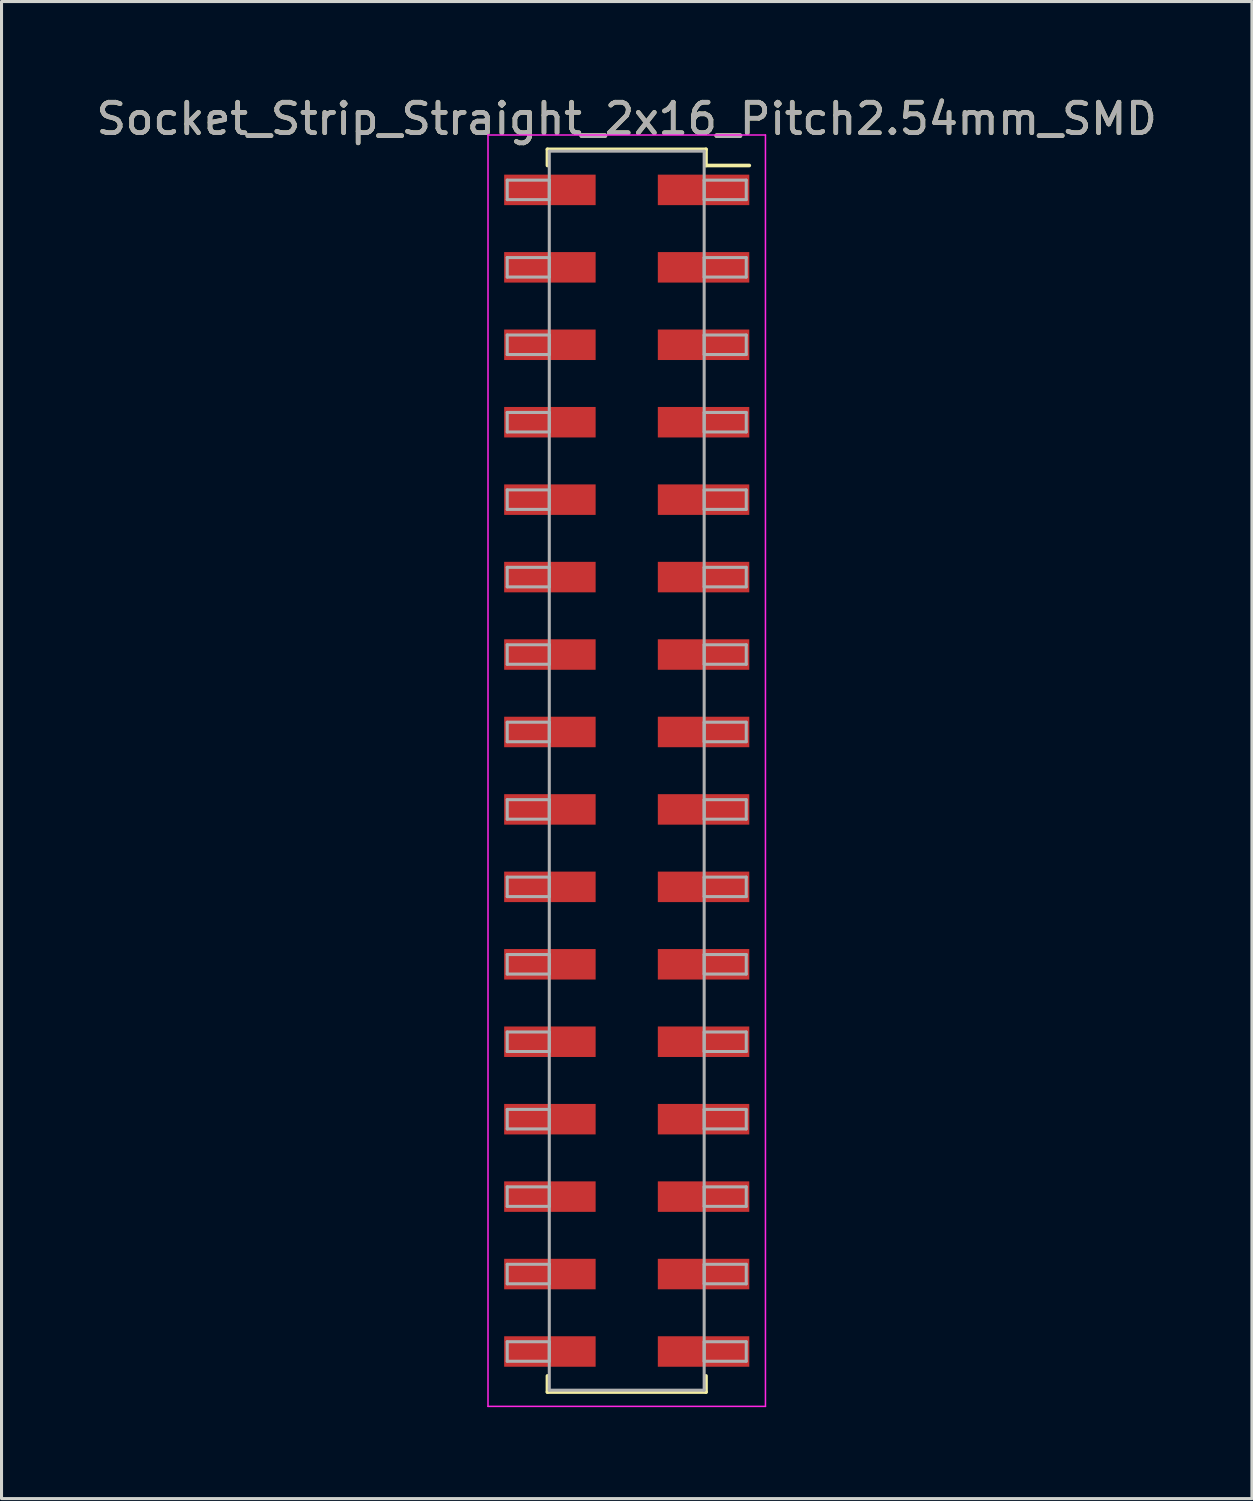
<source format=kicad_pcb>
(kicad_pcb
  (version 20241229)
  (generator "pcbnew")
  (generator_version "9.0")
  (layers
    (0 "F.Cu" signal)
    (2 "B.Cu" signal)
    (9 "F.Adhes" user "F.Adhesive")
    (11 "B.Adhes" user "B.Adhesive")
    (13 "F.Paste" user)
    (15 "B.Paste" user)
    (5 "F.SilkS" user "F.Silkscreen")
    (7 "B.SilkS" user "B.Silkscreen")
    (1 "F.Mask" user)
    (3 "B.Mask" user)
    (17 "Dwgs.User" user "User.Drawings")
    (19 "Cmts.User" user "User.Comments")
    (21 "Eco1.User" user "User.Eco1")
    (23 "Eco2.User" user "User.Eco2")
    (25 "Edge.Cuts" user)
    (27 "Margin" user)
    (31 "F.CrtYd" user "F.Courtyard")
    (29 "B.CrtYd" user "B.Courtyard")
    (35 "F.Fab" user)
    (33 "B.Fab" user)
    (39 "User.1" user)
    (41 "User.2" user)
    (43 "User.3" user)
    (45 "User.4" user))
  (footprint "Socket_Strip_Straight_2x16_Pitch2.54mm_SMD"
    (layer "F.Cu")
    (at 17.506 22.228)
    (property "Reference" "Socket_Strip_Straight_2x16_Pitch2.54mm_SMD" (at 0 -21.38 0) (layer "F.SilkS") (effects (font (size 1 1) (thickness 0.15))))
    (attr smd)
    (fp_line (start -2.6 -20.38) (end 2.6 -20.38) (stroke (width 0.12) (type solid)) (layer "F.SilkS"))
    (fp_line (start -2.6 -19.85) (end -2.6 -20.38) (stroke (width 0.12) (type solid)) (layer "F.SilkS"))
    (fp_line (start -2.6 19.85) (end -2.6 20.38) (stroke (width 0.12) (type solid)) (layer "F.SilkS"))
    (fp_line (start -2.6 20.38) (end 2.6 20.38) (stroke (width 0.12) (type solid)) (layer "F.SilkS"))
    (fp_line (start 2.6 -20.38) (end 2.6 -19.85) (stroke (width 0.12) (type solid)) (layer "F.SilkS"))
    (fp_line (start 2.6 20.38) (end 2.6 19.85) (stroke (width 0.12) (type solid)) (layer "F.SilkS"))
    (fp_line (start 4.02 -19.85) (end 2.6 -19.85) (stroke (width 0.12) (type solid)) (layer "F.SilkS"))
    (fp_line (start -4.55 -20.85) (end -4.55 20.85) (stroke (width 0.05) (type solid)) (layer "F.CrtYd"))
    (fp_line (start -4.55 20.85) (end 4.55 20.85) (stroke (width 0.05) (type solid)) (layer "F.CrtYd"))
    (fp_line (start 4.55 -20.85) (end -4.55 -20.85) (stroke (width 0.05) (type solid)) (layer "F.CrtYd"))
    (fp_line (start 4.55 20.85) (end 4.55 -20.85) (stroke (width 0.05) (type solid)) (layer "F.CrtYd"))
    (fp_line (start -3.92 -19.37) (end -2.54 -19.37) (stroke (width 0.1) (type solid)) (layer "F.Fab"))
    (fp_line (start -3.92 -18.73) (end -3.92 -19.37) (stroke (width 0.1) (type solid)) (layer "F.Fab"))
    (fp_line (start -3.92 -16.83) (end -2.54 -16.83) (stroke (width 0.1) (type solid)) (layer "F.Fab"))
    (fp_line (start -3.92 -16.19) (end -3.92 -16.83) (stroke (width 0.1) (type solid)) (layer "F.Fab"))
    (fp_line (start -3.92 -14.29) (end -2.54 -14.29) (stroke (width 0.1) (type solid)) (layer "F.Fab"))
    (fp_line (start -3.92 -13.65) (end -3.92 -14.29) (stroke (width 0.1) (type solid)) (layer "F.Fab"))
    (fp_line (start -3.92 -11.75) (end -2.54 -11.75) (stroke (width 0.1) (type solid)) (layer "F.Fab"))
    (fp_line (start -3.92 -11.11) (end -3.92 -11.75) (stroke (width 0.1) (type solid)) (layer "F.Fab"))
    (fp_line (start -3.92 -9.21) (end -2.54 -9.21) (stroke (width 0.1) (type solid)) (layer "F.Fab"))
    (fp_line (start -3.92 -8.57) (end -3.92 -9.21) (stroke (width 0.1) (type solid)) (layer "F.Fab"))
    (fp_line (start -3.92 -6.67) (end -2.54 -6.67) (stroke (width 0.1) (type solid)) (layer "F.Fab"))
    (fp_line (start -3.92 -6.03) (end -3.92 -6.67) (stroke (width 0.1) (type solid)) (layer "F.Fab"))
    (fp_line (start -3.92 -4.13) (end -2.54 -4.13) (stroke (width 0.1) (type solid)) (layer "F.Fab"))
    (fp_line (start -3.92 -3.49) (end -3.92 -4.13) (stroke (width 0.1) (type solid)) (layer "F.Fab"))
    (fp_line (start -3.92 -1.59) (end -2.54 -1.59) (stroke (width 0.1) (type solid)) (layer "F.Fab"))
    (fp_line (start -3.92 -0.95) (end -3.92 -1.59) (stroke (width 0.1) (type solid)) (layer "F.Fab"))
    (fp_line (start -3.92 0.95) (end -2.54 0.95) (stroke (width 0.1) (type solid)) (layer "F.Fab"))
    (fp_line (start -3.92 1.59) (end -3.92 0.95) (stroke (width 0.1) (type solid)) (layer "F.Fab"))
    (fp_line (start -3.92 3.49) (end -2.54 3.49) (stroke (width 0.1) (type solid)) (layer "F.Fab"))
    (fp_line (start -3.92 4.13) (end -3.92 3.49) (stroke (width 0.1) (type solid)) (layer "F.Fab"))
    (fp_line (start -3.92 6.03) (end -2.54 6.03) (stroke (width 0.1) (type solid)) (layer "F.Fab"))
    (fp_line (start -3.92 6.67) (end -3.92 6.03) (stroke (width 0.1) (type solid)) (layer "F.Fab"))
    (fp_line (start -3.92 8.57) (end -2.54 8.57) (stroke (width 0.1) (type solid)) (layer "F.Fab"))
    (fp_line (start -3.92 9.21) (end -3.92 8.57) (stroke (width 0.1) (type solid)) (layer "F.Fab"))
    (fp_line (start -3.92 11.11) (end -2.54 11.11) (stroke (width 0.1) (type solid)) (layer "F.Fab"))
    (fp_line (start -3.92 11.75) (end -3.92 11.11) (stroke (width 0.1) (type solid)) (layer "F.Fab"))
    (fp_line (start -3.92 13.65) (end -2.54 13.65) (stroke (width 0.1) (type solid)) (layer "F.Fab"))
    (fp_line (start -3.92 14.29) (end -3.92 13.65) (stroke (width 0.1) (type solid)) (layer "F.Fab"))
    (fp_line (start -3.92 16.19) (end -2.54 16.19) (stroke (width 0.1) (type solid)) (layer "F.Fab"))
    (fp_line (start -3.92 16.83) (end -3.92 16.19) (stroke (width 0.1) (type solid)) (layer "F.Fab"))
    (fp_line (start -3.92 18.73) (end -2.54 18.73) (stroke (width 0.1) (type solid)) (layer "F.Fab"))
    (fp_line (start -3.92 19.37) (end -3.92 18.73) (stroke (width 0.1) (type solid)) (layer "F.Fab"))
    (fp_line (start -2.54 -20.32) (end -2.54 20.32) (stroke (width 0.1) (type solid)) (layer "F.Fab"))
    (fp_line (start -2.54 -19.37) (end -2.54 -18.73) (stroke (width 0.1) (type solid)) (layer "F.Fab"))
    (fp_line (start -2.54 -18.73) (end -3.92 -18.73) (stroke (width 0.1) (type solid)) (layer "F.Fab"))
    (fp_line (start -2.54 -16.83) (end -2.54 -16.19) (stroke (width 0.1) (type solid)) (layer "F.Fab"))
    (fp_line (start -2.54 -16.19) (end -3.92 -16.19) (stroke (width 0.1) (type solid)) (layer "F.Fab"))
    (fp_line (start -2.54 -14.29) (end -2.54 -13.65) (stroke (width 0.1) (type solid)) (layer "F.Fab"))
    (fp_line (start -2.54 -13.65) (end -3.92 -13.65) (stroke (width 0.1) (type solid)) (layer "F.Fab"))
    (fp_line (start -2.54 -11.75) (end -2.54 -11.11) (stroke (width 0.1) (type solid)) (layer "F.Fab"))
    (fp_line (start -2.54 -11.11) (end -3.92 -11.11) (stroke (width 0.1) (type solid)) (layer "F.Fab"))
    (fp_line (start -2.54 -9.21) (end -2.54 -8.57) (stroke (width 0.1) (type solid)) (layer "F.Fab"))
    (fp_line (start -2.54 -8.57) (end -3.92 -8.57) (stroke (width 0.1) (type solid)) (layer "F.Fab"))
    (fp_line (start -2.54 -6.67) (end -2.54 -6.03) (stroke (width 0.1) (type solid)) (layer "F.Fab"))
    (fp_line (start -2.54 -6.03) (end -3.92 -6.03) (stroke (width 0.1) (type solid)) (layer "F.Fab"))
    (fp_line (start -2.54 -4.13) (end -2.54 -3.49) (stroke (width 0.1) (type solid)) (layer "F.Fab"))
    (fp_line (start -2.54 -3.49) (end -3.92 -3.49) (stroke (width 0.1) (type solid)) (layer "F.Fab"))
    (fp_line (start -2.54 -1.59) (end -2.54 -0.95) (stroke (width 0.1) (type solid)) (layer "F.Fab"))
    (fp_line (start -2.54 -0.95) (end -3.92 -0.95) (stroke (width 0.1) (type solid)) (layer "F.Fab"))
    (fp_line (start -2.54 0.95) (end -2.54 1.59) (stroke (width 0.1) (type solid)) (layer "F.Fab"))
    (fp_line (start -2.54 1.59) (end -3.92 1.59) (stroke (width 0.1) (type solid)) (layer "F.Fab"))
    (fp_line (start -2.54 3.49) (end -2.54 4.13) (stroke (width 0.1) (type solid)) (layer "F.Fab"))
    (fp_line (start -2.54 4.13) (end -3.92 4.13) (stroke (width 0.1) (type solid)) (layer "F.Fab"))
    (fp_line (start -2.54 6.03) (end -2.54 6.67) (stroke (width 0.1) (type solid)) (layer "F.Fab"))
    (fp_line (start -2.54 6.67) (end -3.92 6.67) (stroke (width 0.1) (type solid)) (layer "F.Fab"))
    (fp_line (start -2.54 8.57) (end -2.54 9.21) (stroke (width 0.1) (type solid)) (layer "F.Fab"))
    (fp_line (start -2.54 9.21) (end -3.92 9.21) (stroke (width 0.1) (type solid)) (layer "F.Fab"))
    (fp_line (start -2.54 11.11) (end -2.54 11.75) (stroke (width 0.1) (type solid)) (layer "F.Fab"))
    (fp_line (start -2.54 11.75) (end -3.92 11.75) (stroke (width 0.1) (type solid)) (layer "F.Fab"))
    (fp_line (start -2.54 13.65) (end -2.54 14.29) (stroke (width 0.1) (type solid)) (layer "F.Fab"))
    (fp_line (start -2.54 14.29) (end -3.92 14.29) (stroke (width 0.1) (type solid)) (layer "F.Fab"))
    (fp_line (start -2.54 16.19) (end -2.54 16.83) (stroke (width 0.1) (type solid)) (layer "F.Fab"))
    (fp_line (start -2.54 16.83) (end -3.92 16.83) (stroke (width 0.1) (type solid)) (layer "F.Fab"))
    (fp_line (start -2.54 18.73) (end -2.54 19.37) (stroke (width 0.1) (type solid)) (layer "F.Fab"))
    (fp_line (start -2.54 19.37) (end -3.92 19.37) (stroke (width 0.1) (type solid)) (layer "F.Fab"))
    (fp_line (start -2.54 20.32) (end 2.54 20.32) (stroke (width 0.1) (type solid)) (layer "F.Fab"))
    (fp_line (start 2.54 -20.32) (end -2.54 -20.32) (stroke (width 0.1) (type solid)) (layer "F.Fab"))
    (fp_line (start 2.54 -19.37) (end 2.54 -18.73) (stroke (width 0.1) (type solid)) (layer "F.Fab"))
    (fp_line (start 2.54 -18.73) (end 3.92 -18.73) (stroke (width 0.1) (type solid)) (layer "F.Fab"))
    (fp_line (start 2.54 -16.83) (end 2.54 -16.19) (stroke (width 0.1) (type solid)) (layer "F.Fab"))
    (fp_line (start 2.54 -16.19) (end 3.92 -16.19) (stroke (width 0.1) (type solid)) (layer "F.Fab"))
    (fp_line (start 2.54 -14.29) (end 2.54 -13.65) (stroke (width 0.1) (type solid)) (layer "F.Fab"))
    (fp_line (start 2.54 -13.65) (end 3.92 -13.65) (stroke (width 0.1) (type solid)) (layer "F.Fab"))
    (fp_line (start 2.54 -11.75) (end 2.54 -11.11) (stroke (width 0.1) (type solid)) (layer "F.Fab"))
    (fp_line (start 2.54 -11.11) (end 3.92 -11.11) (stroke (width 0.1) (type solid)) (layer "F.Fab"))
    (fp_line (start 2.54 -9.21) (end 2.54 -8.57) (stroke (width 0.1) (type solid)) (layer "F.Fab"))
    (fp_line (start 2.54 -8.57) (end 3.92 -8.57) (stroke (width 0.1) (type solid)) (layer "F.Fab"))
    (fp_line (start 2.54 -6.67) (end 2.54 -6.03) (stroke (width 0.1) (type solid)) (layer "F.Fab"))
    (fp_line (start 2.54 -6.03) (end 3.92 -6.03) (stroke (width 0.1) (type solid)) (layer "F.Fab"))
    (fp_line (start 2.54 -4.13) (end 2.54 -3.49) (stroke (width 0.1) (type solid)) (layer "F.Fab"))
    (fp_line (start 2.54 -3.49) (end 3.92 -3.49) (stroke (width 0.1) (type solid)) (layer "F.Fab"))
    (fp_line (start 2.54 -1.59) (end 2.54 -0.95) (stroke (width 0.1) (type solid)) (layer "F.Fab"))
    (fp_line (start 2.54 -0.95) (end 3.92 -0.95) (stroke (width 0.1) (type solid)) (layer "F.Fab"))
    (fp_line (start 2.54 0.95) (end 2.54 1.59) (stroke (width 0.1) (type solid)) (layer "F.Fab"))
    (fp_line (start 2.54 1.59) (end 3.92 1.59) (stroke (width 0.1) (type solid)) (layer "F.Fab"))
    (fp_line (start 2.54 3.49) (end 2.54 4.13) (stroke (width 0.1) (type solid)) (layer "F.Fab"))
    (fp_line (start 2.54 4.13) (end 3.92 4.13) (stroke (width 0.1) (type solid)) (layer "F.Fab"))
    (fp_line (start 2.54 6.03) (end 2.54 6.67) (stroke (width 0.1) (type solid)) (layer "F.Fab"))
    (fp_line (start 2.54 6.67) (end 3.92 6.67) (stroke (width 0.1) (type solid)) (layer "F.Fab"))
    (fp_line (start 2.54 8.57) (end 2.54 9.21) (stroke (width 0.1) (type solid)) (layer "F.Fab"))
    (fp_line (start 2.54 9.21) (end 3.92 9.21) (stroke (width 0.1) (type solid)) (layer "F.Fab"))
    (fp_line (start 2.54 11.11) (end 2.54 11.75) (stroke (width 0.1) (type solid)) (layer "F.Fab"))
    (fp_line (start 2.54 11.75) (end 3.92 11.75) (stroke (width 0.1) (type solid)) (layer "F.Fab"))
    (fp_line (start 2.54 13.65) (end 2.54 14.29) (stroke (width 0.1) (type solid)) (layer "F.Fab"))
    (fp_line (start 2.54 14.29) (end 3.92 14.29) (stroke (width 0.1) (type solid)) (layer "F.Fab"))
    (fp_line (start 2.54 16.19) (end 2.54 16.83) (stroke (width 0.1) (type solid)) (layer "F.Fab"))
    (fp_line (start 2.54 16.83) (end 3.92 16.83) (stroke (width 0.1) (type solid)) (layer "F.Fab"))
    (fp_line (start 2.54 18.73) (end 2.54 19.37) (stroke (width 0.1) (type solid)) (layer "F.Fab"))
    (fp_line (start 2.54 19.37) (end 3.92 19.37) (stroke (width 0.1) (type solid)) (layer "F.Fab"))
    (fp_line (start 2.54 20.32) (end 2.54 -20.32) (stroke (width 0.1) (type solid)) (layer "F.Fab"))
    (fp_line (start 3.92 -19.37) (end 2.54 -19.37) (stroke (width 0.1) (type solid)) (layer "F.Fab"))
    (fp_line (start 3.92 -18.73) (end 3.92 -19.37) (stroke (width 0.1) (type solid)) (layer "F.Fab"))
    (fp_line (start 3.92 -16.83) (end 2.54 -16.83) (stroke (width 0.1) (type solid)) (layer "F.Fab"))
    (fp_line (start 3.92 -16.19) (end 3.92 -16.83) (stroke (width 0.1) (type solid)) (layer "F.Fab"))
    (fp_line (start 3.92 -14.29) (end 2.54 -14.29) (stroke (width 0.1) (type solid)) (layer "F.Fab"))
    (fp_line (start 3.92 -13.65) (end 3.92 -14.29) (stroke (width 0.1) (type solid)) (layer "F.Fab"))
    (fp_line (start 3.92 -11.75) (end 2.54 -11.75) (stroke (width 0.1) (type solid)) (layer "F.Fab"))
    (fp_line (start 3.92 -11.11) (end 3.92 -11.75) (stroke (width 0.1) (type solid)) (layer "F.Fab"))
    (fp_line (start 3.92 -9.21) (end 2.54 -9.21) (stroke (width 0.1) (type solid)) (layer "F.Fab"))
    (fp_line (start 3.92 -8.57) (end 3.92 -9.21) (stroke (width 0.1) (type solid)) (layer "F.Fab"))
    (fp_line (start 3.92 -6.67) (end 2.54 -6.67) (stroke (width 0.1) (type solid)) (layer "F.Fab"))
    (fp_line (start 3.92 -6.03) (end 3.92 -6.67) (stroke (width 0.1) (type solid)) (layer "F.Fab"))
    (fp_line (start 3.92 -4.13) (end 2.54 -4.13) (stroke (width 0.1) (type solid)) (layer "F.Fab"))
    (fp_line (start 3.92 -3.49) (end 3.92 -4.13) (stroke (width 0.1) (type solid)) (layer "F.Fab"))
    (fp_line (start 3.92 -1.59) (end 2.54 -1.59) (stroke (width 0.1) (type solid)) (layer "F.Fab"))
    (fp_line (start 3.92 -0.95) (end 3.92 -1.59) (stroke (width 0.1) (type solid)) (layer "F.Fab"))
    (fp_line (start 3.92 0.95) (end 2.54 0.95) (stroke (width 0.1) (type solid)) (layer "F.Fab"))
    (fp_line (start 3.92 1.59) (end 3.92 0.95) (stroke (width 0.1) (type solid)) (layer "F.Fab"))
    (fp_line (start 3.92 3.49) (end 2.54 3.49) (stroke (width 0.1) (type solid)) (layer "F.Fab"))
    (fp_line (start 3.92 4.13) (end 3.92 3.49) (stroke (width 0.1) (type solid)) (layer "F.Fab"))
    (fp_line (start 3.92 6.03) (end 2.54 6.03) (stroke (width 0.1) (type solid)) (layer "F.Fab"))
    (fp_line (start 3.92 6.67) (end 3.92 6.03) (stroke (width 0.1) (type solid)) (layer "F.Fab"))
    (fp_line (start 3.92 8.57) (end 2.54 8.57) (stroke (width 0.1) (type solid)) (layer "F.Fab"))
    (fp_line (start 3.92 9.21) (end 3.92 8.57) (stroke (width 0.1) (type solid)) (layer "F.Fab"))
    (fp_line (start 3.92 11.11) (end 2.54 11.11) (stroke (width 0.1) (type solid)) (layer "F.Fab"))
    (fp_line (start 3.92 11.75) (end 3.92 11.11) (stroke (width 0.1) (type solid)) (layer "F.Fab"))
    (fp_line (start 3.92 13.65) (end 2.54 13.65) (stroke (width 0.1) (type solid)) (layer "F.Fab"))
    (fp_line (start 3.92 14.29) (end 3.92 13.65) (stroke (width 0.1) (type solid)) (layer "F.Fab"))
    (fp_line (start 3.92 16.19) (end 2.54 16.19) (stroke (width 0.1) (type solid)) (layer "F.Fab"))
    (fp_line (start 3.92 16.83) (end 3.92 16.19) (stroke (width 0.1) (type solid)) (layer "F.Fab"))
    (fp_line (start 3.92 18.73) (end 2.54 18.73) (stroke (width 0.1) (type solid)) (layer "F.Fab"))
    (fp_line (start 3.92 19.37) (end 3.92 18.73) (stroke (width 0.1) (type solid)) (layer "F.Fab"))
    (fp_text user "${REFERENCE}" (at 0 -21.38 0) (layer "F.Fab") (effects (font (size 1 1) (thickness 0.15))))
    (pad "1" smd rect (at 2.52 -19.05) (size 3 1) (layers "F.Cu" "F.Mask" "F.Paste"))
    (pad "2" smd rect (at -2.52 -19.05) (size 3 1) (layers "F.Cu" "F.Mask" "F.Paste"))
    (pad "3" smd rect (at 2.52 -16.51) (size 3 1) (layers "F.Cu" "F.Mask" "F.Paste"))
    (pad "4" smd rect (at -2.52 -16.51) (size 3 1) (layers "F.Cu" "F.Mask" "F.Paste"))
    (pad "5" smd rect (at 2.52 -13.97) (size 3 1) (layers "F.Cu" "F.Mask" "F.Paste"))
    (pad "6" smd rect (at -2.52 -13.97) (size 3 1) (layers "F.Cu" "F.Mask" "F.Paste"))
    (pad "7" smd rect (at 2.52 -11.43) (size 3 1) (layers "F.Cu" "F.Mask" "F.Paste"))
    (pad "8" smd rect (at -2.52 -11.43) (size 3 1) (layers "F.Cu" "F.Mask" "F.Paste"))
    (pad "9" smd rect (at 2.52 -8.89) (size 3 1) (layers "F.Cu" "F.Mask" "F.Paste"))
    (pad "10" smd rect (at -2.52 -8.89) (size 3 1) (layers "F.Cu" "F.Mask" "F.Paste"))
    (pad "11" smd rect (at 2.52 -6.35) (size 3 1) (layers "F.Cu" "F.Mask" "F.Paste"))
    (pad "12" smd rect (at -2.52 -6.35) (size 3 1) (layers "F.Cu" "F.Mask" "F.Paste"))
    (pad "13" smd rect (at 2.52 -3.81) (size 3 1) (layers "F.Cu" "F.Mask" "F.Paste"))
    (pad "14" smd rect (at -2.52 -3.81) (size 3 1) (layers "F.Cu" "F.Mask" "F.Paste"))
    (pad "15" smd rect (at 2.52 -1.27) (size 3 1) (layers "F.Cu" "F.Mask" "F.Paste"))
    (pad "16" smd rect (at -2.52 -1.27) (size 3 1) (layers "F.Cu" "F.Mask" "F.Paste"))
    (pad "17" smd rect (at 2.52 1.27) (size 3 1) (layers "F.Cu" "F.Mask" "F.Paste"))
    (pad "18" smd rect (at -2.52 1.27) (size 3 1) (layers "F.Cu" "F.Mask" "F.Paste"))
    (pad "19" smd rect (at 2.52 3.81) (size 3 1) (layers "F.Cu" "F.Mask" "F.Paste"))
    (pad "20" smd rect (at -2.52 3.81) (size 3 1) (layers "F.Cu" "F.Mask" "F.Paste"))
    (pad "21" smd rect (at 2.52 6.35) (size 3 1) (layers "F.Cu" "F.Mask" "F.Paste"))
    (pad "22" smd rect (at -2.52 6.35) (size 3 1) (layers "F.Cu" "F.Mask" "F.Paste"))
    (pad "23" smd rect (at 2.52 8.89) (size 3 1) (layers "F.Cu" "F.Mask" "F.Paste"))
    (pad "24" smd rect (at -2.52 8.89) (size 3 1) (layers "F.Cu" "F.Mask" "F.Paste"))
    (pad "25" smd rect (at 2.52 11.43) (size 3 1) (layers "F.Cu" "F.Mask" "F.Paste"))
    (pad "26" smd rect (at -2.52 11.43) (size 3 1) (layers "F.Cu" "F.Mask" "F.Paste"))
    (pad "27" smd rect (at 2.52 13.97) (size 3 1) (layers "F.Cu" "F.Mask" "F.Paste"))
    (pad "28" smd rect (at -2.52 13.97) (size 3 1) (layers "F.Cu" "F.Mask" "F.Paste"))
    (pad "29" smd rect (at 2.52 16.51) (size 3 1) (layers "F.Cu" "F.Mask" "F.Paste"))
    (pad "30" smd rect (at -2.52 16.51) (size 3 1) (layers "F.Cu" "F.Mask" "F.Paste"))
    (pad "31" smd rect (at 2.52 19.05) (size 3 1) (layers "F.Cu" "F.Mask" "F.Paste"))
    (pad "32" smd rect (at -2.52 19.05) (size 3 1) (layers "F.Cu" "F.Mask" "F.Paste")))
  (gr_rect
    (start -3 -3)
    (end 38.012 46.103)
    (stroke (width 0.1) (type default))
    (fill no)
    (layer "Edge.Cuts")))
</source>
